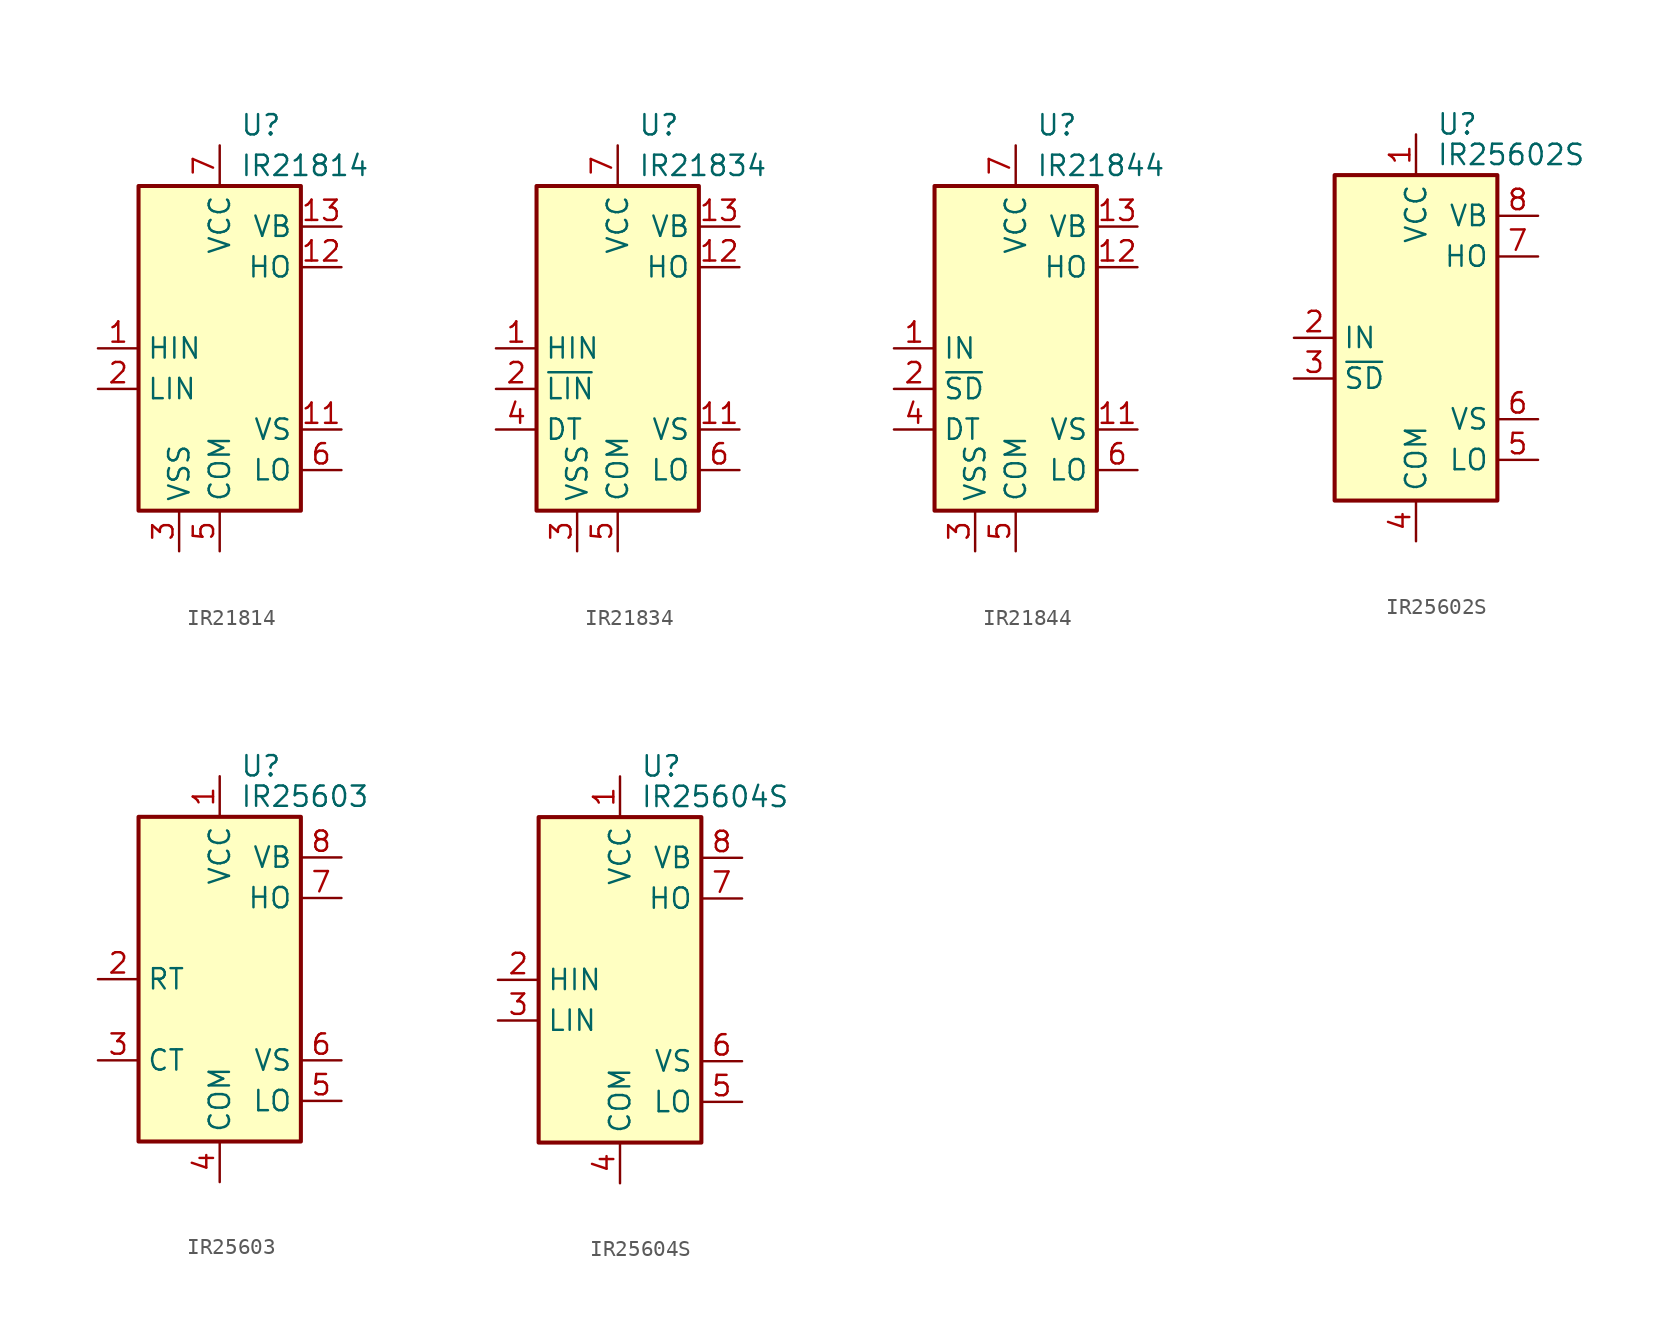
<source format=kicad_sym>
(kicad_symbol_lib
  (version 20201005)
  (generator kicad_symbol_editor)
  (symbol "Driver_FET:IR21814"
    (property "Reference" "U"
      (at 1.27 13.97 0)
      (effects (font (size 1.27 1.27)) (justify left)))
    (property "Value" "IR21814"
      (at 1.27 11.43 0)
      (effects (font (size 1.27 1.27)) (justify left)))
    (symbol "IR21814_0_1"
      (rectangle (start -5.08 -10.16) (end 5.08 10.16) (stroke (width 0.254)) (fill (type background))))
    (symbol "IR21814_1_1"
      (pin input line (at -7.62 0 0) (length 2.54) (name "HIN" (effects (font (size 1.27 1.27)))) (number "1" (effects (font (size 1.27 1.27)))))
      (pin no_connect line (at 5.08 2.54 180) (length 2.54) hide (name "NC" (effects (font (size 1.27 1.27)))) (number "10" (effects (font (size 1.27 1.27)))))
      (pin passive line (at 7.62 -5.08 180) (length 2.54) (name "VS" (effects (font (size 1.27 1.27)))) (number "11" (effects (font (size 1.27 1.27)))))
      (pin output line (at 7.62 5.08 180) (length 2.54) (name "HO" (effects (font (size 1.27 1.27)))) (number "12" (effects (font (size 1.27 1.27)))))
      (pin passive line (at 7.62 7.62 180) (length 2.54) (name "VB" (effects (font (size 1.27 1.27)))) (number "13" (effects (font (size 1.27 1.27)))))
      (pin no_connect line (at 5.08 0 180) (length 2.54) hide (name "NC" (effects (font (size 1.27 1.27)))) (number "14" (effects (font (size 1.27 1.27)))))
      (pin input line (at -7.62 -2.54 0) (length 2.54) (name "LIN" (effects (font (size 1.27 1.27)))) (number "2" (effects (font (size 1.27 1.27)))))
      (pin power_in line (at -2.54 -12.7 90) (length 2.54) (name "VSS" (effects (font (size 1.27 1.27)))) (number "3" (effects (font (size 1.27 1.27)))))
      (pin no_connect line (at -5.08 7.62 0) (length 2.54) hide (name "NC" (effects (font (size 1.27 1.27)))) (number "4" (effects (font (size 1.27 1.27)))))
      (pin power_in line (at 0 -12.7 90) (length 2.54) (name "COM" (effects (font (size 1.27 1.27)))) (number "5" (effects (font (size 1.27 1.27)))))
      (pin output line (at 7.62 -7.62 180) (length 2.54) (name "LO" (effects (font (size 1.27 1.27)))) (number "6" (effects (font (size 1.27 1.27)))))
      (pin power_in line (at 0 12.7 270) (length 2.54) (name "VCC" (effects (font (size 1.27 1.27)))) (number "7" (effects (font (size 1.27 1.27)))))
      (pin no_connect line (at -5.08 5.08 0) (length 2.54) hide (name "NC" (effects (font (size 1.27 1.27)))) (number "8" (effects (font (size 1.27 1.27)))))
      (pin no_connect line (at -5.08 2.54 0) (length 2.54) hide (name "NC" (effects (font (size 1.27 1.27)))) (number "9" (effects (font (size 1.27 1.27)))))))
  (symbol "Driver_FET:IR21834"
    (property "Reference" "U"
      (at 1.27 13.97 0)
      (effects (font (size 1.27 1.27)) (justify left)))
    (property "Value" "IR21834"
      (at 1.27 11.43 0)
      (effects (font (size 1.27 1.27)) (justify left)))
    (symbol "IR21834_0_1"
      (rectangle (start -5.08 -10.16) (end 5.08 10.16) (stroke (width 0.254)) (fill (type background))))
    (symbol "IR21834_1_1"
      (pin input line (at -7.62 0 0) (length 2.54) (name "HIN" (effects (font (size 1.27 1.27)))) (number "1" (effects (font (size 1.27 1.27)))))
      (pin no_connect line (at -5.08 2.54 0) (length 2.54) hide (name "NC" (effects (font (size 1.27 1.27)))) (number "10" (effects (font (size 1.27 1.27)))))
      (pin passive line (at 7.62 -5.08 180) (length 2.54) (name "VS" (effects (font (size 1.27 1.27)))) (number "11" (effects (font (size 1.27 1.27)))))
      (pin output line (at 7.62 5.08 180) (length 2.54) (name "HO" (effects (font (size 1.27 1.27)))) (number "12" (effects (font (size 1.27 1.27)))))
      (pin passive line (at 7.62 7.62 180) (length 2.54) (name "VB" (effects (font (size 1.27 1.27)))) (number "13" (effects (font (size 1.27 1.27)))))
      (pin no_connect line (at 5.08 2.54 180) (length 2.54) hide (name "NC" (effects (font (size 1.27 1.27)))) (number "14" (effects (font (size 1.27 1.27)))))
      (pin input line (at -7.62 -2.54 0) (length 2.54) (name "~LIN" (effects (font (size 1.27 1.27)))) (number "2" (effects (font (size 1.27 1.27)))))
      (pin power_in line (at -2.54 -12.7 90) (length 2.54) (name "VSS" (effects (font (size 1.27 1.27)))) (number "3" (effects (font (size 1.27 1.27)))))
      (pin input line (at -7.62 -5.08 0) (length 2.54) (name "DT" (effects (font (size 1.27 1.27)))) (number "4" (effects (font (size 1.27 1.27)))))
      (pin power_in line (at 0 -12.7 90) (length 2.54) (name "COM" (effects (font (size 1.27 1.27)))) (number "5" (effects (font (size 1.27 1.27)))))
      (pin output line (at 7.62 -7.62 180) (length 2.54) (name "LO" (effects (font (size 1.27 1.27)))) (number "6" (effects (font (size 1.27 1.27)))))
      (pin power_in line (at 0 12.7 270) (length 2.54) (name "VCC" (effects (font (size 1.27 1.27)))) (number "7" (effects (font (size 1.27 1.27)))))
      (pin no_connect line (at -5.08 7.62 0) (length 2.54) hide (name "NC" (effects (font (size 1.27 1.27)))) (number "8" (effects (font (size 1.27 1.27)))))
      (pin no_connect line (at -5.08 5.08 0) (length 2.54) hide (name "NC" (effects (font (size 1.27 1.27)))) (number "9" (effects (font (size 1.27 1.27)))))))
  (symbol "Driver_FET:IR21844"
    (property "Reference" "U"
      (at 1.27 13.97 0)
      (effects (font (size 1.27 1.27)) (justify left)))
    (property "Value" "IR21844"
      (at 1.27 11.43 0)
      (effects (font (size 1.27 1.27)) (justify left)))
    (symbol "IR21844_0_1"
      (rectangle (start -5.08 -10.16) (end 5.08 10.16) (stroke (width 0.254)) (fill (type background))))
    (symbol "IR21844_1_1"
      (pin input line (at -7.62 0 0) (length 2.54) (name "IN" (effects (font (size 1.27 1.27)))) (number "1" (effects (font (size 1.27 1.27)))))
      (pin no_connect line (at -5.08 2.54 0) (length 2.54) hide (name "NC" (effects (font (size 1.27 1.27)))) (number "10" (effects (font (size 1.27 1.27)))))
      (pin passive line (at 7.62 -5.08 180) (length 2.54) (name "VS" (effects (font (size 1.27 1.27)))) (number "11" (effects (font (size 1.27 1.27)))))
      (pin output line (at 7.62 5.08 180) (length 2.54) (name "HO" (effects (font (size 1.27 1.27)))) (number "12" (effects (font (size 1.27 1.27)))))
      (pin passive line (at 7.62 7.62 180) (length 2.54) (name "VB" (effects (font (size 1.27 1.27)))) (number "13" (effects (font (size 1.27 1.27)))))
      (pin no_connect line (at 5.08 2.54 180) (length 2.54) hide (name "NC" (effects (font (size 1.27 1.27)))) (number "14" (effects (font (size 1.27 1.27)))))
      (pin input line (at -7.62 -2.54 0) (length 2.54) (name "~SD" (effects (font (size 1.27 1.27)))) (number "2" (effects (font (size 1.27 1.27)))))
      (pin power_in line (at -2.54 -12.7 90) (length 2.54) (name "VSS" (effects (font (size 1.27 1.27)))) (number "3" (effects (font (size 1.27 1.27)))))
      (pin input line (at -7.62 -5.08 0) (length 2.54) (name "DT" (effects (font (size 1.27 1.27)))) (number "4" (effects (font (size 1.27 1.27)))))
      (pin power_in line (at 0 -12.7 90) (length 2.54) (name "COM" (effects (font (size 1.27 1.27)))) (number "5" (effects (font (size 1.27 1.27)))))
      (pin output line (at 7.62 -7.62 180) (length 2.54) (name "LO" (effects (font (size 1.27 1.27)))) (number "6" (effects (font (size 1.27 1.27)))))
      (pin power_in line (at 0 12.7 270) (length 2.54) (name "VCC" (effects (font (size 1.27 1.27)))) (number "7" (effects (font (size 1.27 1.27)))))
      (pin no_connect line (at -5.08 7.62 0) (length 2.54) hide (name "NC" (effects (font (size 1.27 1.27)))) (number "8" (effects (font (size 1.27 1.27)))))
      (pin no_connect line (at -5.08 5.08 0) (length 2.54) hide (name "NC" (effects (font (size 1.27 1.27)))) (number "9" (effects (font (size 1.27 1.27)))))))
  (symbol "Driver_FET:IR25602S"
    (property "Reference" "U"
      (at 1.27 13.335 0)
      (effects (font (size 1.27 1.27)) (justify left)))
    (property "Value" "IR25602S"
      (at 1.27 11.43 0)
      (effects (font (size 1.27 1.27)) (justify left)))
    (symbol "IR25602S_0_1"
      (rectangle (start -5.08 -10.16) (end 5.08 10.16) (stroke (width 0.254)) (fill (type background))))
    (symbol "IR25602S_1_1"
      (pin power_in line (at 0 12.7 270) (length 2.54) (name "VCC" (effects (font (size 1.27 1.27)))) (number "1" (effects (font (size 1.27 1.27)))))
      (pin input line (at -7.62 0 0) (length 2.54) (name "IN" (effects (font (size 1.27 1.27)))) (number "2" (effects (font (size 1.27 1.27)))))
      (pin input line (at -7.62 -2.54 0) (length 2.54) (name "~SD" (effects (font (size 1.27 1.27)))) (number "3" (effects (font (size 1.27 1.27)))))
      (pin power_in line (at 0 -12.7 90) (length 2.54) (name "COM" (effects (font (size 1.27 1.27)))) (number "4" (effects (font (size 1.27 1.27)))))
      (pin output line (at 7.62 -7.62 180) (length 2.54) (name "LO" (effects (font (size 1.27 1.27)))) (number "5" (effects (font (size 1.27 1.27)))))
      (pin passive line (at 7.62 -5.08 180) (length 2.54) (name "VS" (effects (font (size 1.27 1.27)))) (number "6" (effects (font (size 1.27 1.27)))))
      (pin output line (at 7.62 5.08 180) (length 2.54) (name "HO" (effects (font (size 1.27 1.27)))) (number "7" (effects (font (size 1.27 1.27)))))
      (pin passive line (at 7.62 7.62 180) (length 2.54) (name "VB" (effects (font (size 1.27 1.27)))) (number "8" (effects (font (size 1.27 1.27)))))))
  (symbol "Driver_FET:IR25603"
    (property "Reference" "U"
      (at 1.27 13.335 0)
      (effects (font (size 1.27 1.27)) (justify left)))
    (property "Value" "IR25603"
      (at 1.27 11.43 0)
      (effects (font (size 1.27 1.27)) (justify left)))
    (symbol "IR25603_0_1"
      (rectangle (start -5.08 -10.16) (end 5.08 10.16) (stroke (width 0.254)) (fill (type background))))
    (symbol "IR25603_1_1"
      (pin power_in line (at 0 12.7 270) (length 2.54) (name "VCC" (effects (font (size 1.27 1.27)))) (number "1" (effects (font (size 1.27 1.27)))))
      (pin passive line (at -7.62 0 0) (length 2.54) (name "RT" (effects (font (size 1.27 1.27)))) (number "2" (effects (font (size 1.27 1.27)))))
      (pin passive line (at -7.62 -5.08 0) (length 2.54) (name "CT" (effects (font (size 1.27 1.27)))) (number "3" (effects (font (size 1.27 1.27)))))
      (pin power_in line (at 0 -12.7 90) (length 2.54) (name "COM" (effects (font (size 1.27 1.27)))) (number "4" (effects (font (size 1.27 1.27)))))
      (pin output line (at 7.62 -7.62 180) (length 2.54) (name "LO" (effects (font (size 1.27 1.27)))) (number "5" (effects (font (size 1.27 1.27)))))
      (pin passive line (at 7.62 -5.08 180) (length 2.54) (name "VS" (effects (font (size 1.27 1.27)))) (number "6" (effects (font (size 1.27 1.27)))))
      (pin output line (at 7.62 5.08 180) (length 2.54) (name "HO" (effects (font (size 1.27 1.27)))) (number "7" (effects (font (size 1.27 1.27)))))
      (pin passive line (at 7.62 7.62 180) (length 2.54) (name "VB" (effects (font (size 1.27 1.27)))) (number "8" (effects (font (size 1.27 1.27)))))))
  (symbol "Driver_FET:IR25604S"
    (property "Reference" "U"
      (at 1.27 13.335 0)
      (effects (font (size 1.27 1.27)) (justify left)))
    (property "Value" "IR25604S"
      (at 1.27 11.43 0)
      (effects (font (size 1.27 1.27)) (justify left)))
    (symbol "IR25604S_0_1"
      (rectangle (start -5.08 -10.16) (end 5.08 10.16) (stroke (width 0.254)) (fill (type background))))
    (symbol "IR25604S_1_1"
      (pin power_in line (at 0 12.7 270) (length 2.54) (name "VCC" (effects (font (size 1.27 1.27)))) (number "1" (effects (font (size 1.27 1.27)))))
      (pin input line (at -7.62 0 0) (length 2.54) (name "HIN" (effects (font (size 1.27 1.27)))) (number "2" (effects (font (size 1.27 1.27)))))
      (pin input line (at -7.62 -2.54 0) (length 2.54) (name "LIN" (effects (font (size 1.27 1.27)))) (number "3" (effects (font (size 1.27 1.27)))))
      (pin power_in line (at 0 -12.7 90) (length 2.54) (name "COM" (effects (font (size 1.27 1.27)))) (number "4" (effects (font (size 1.27 1.27)))))
      (pin output line (at 7.62 -7.62 180) (length 2.54) (name "LO" (effects (font (size 1.27 1.27)))) (number "5" (effects (font (size 1.27 1.27)))))
      (pin passive line (at 7.62 -5.08 180) (length 2.54) (name "VS" (effects (font (size 1.27 1.27)))) (number "6" (effects (font (size 1.27 1.27)))))
      (pin output line (at 7.62 5.08 180) (length 2.54) (name "HO" (effects (font (size 1.27 1.27)))) (number "7" (effects (font (size 1.27 1.27)))))
      (pin passive line (at 7.62 7.62 180) (length 2.54) (name "VB" (effects (font (size 1.27 1.27)))) (number "8" (effects (font (size 1.27 1.27))))))))
</source>
